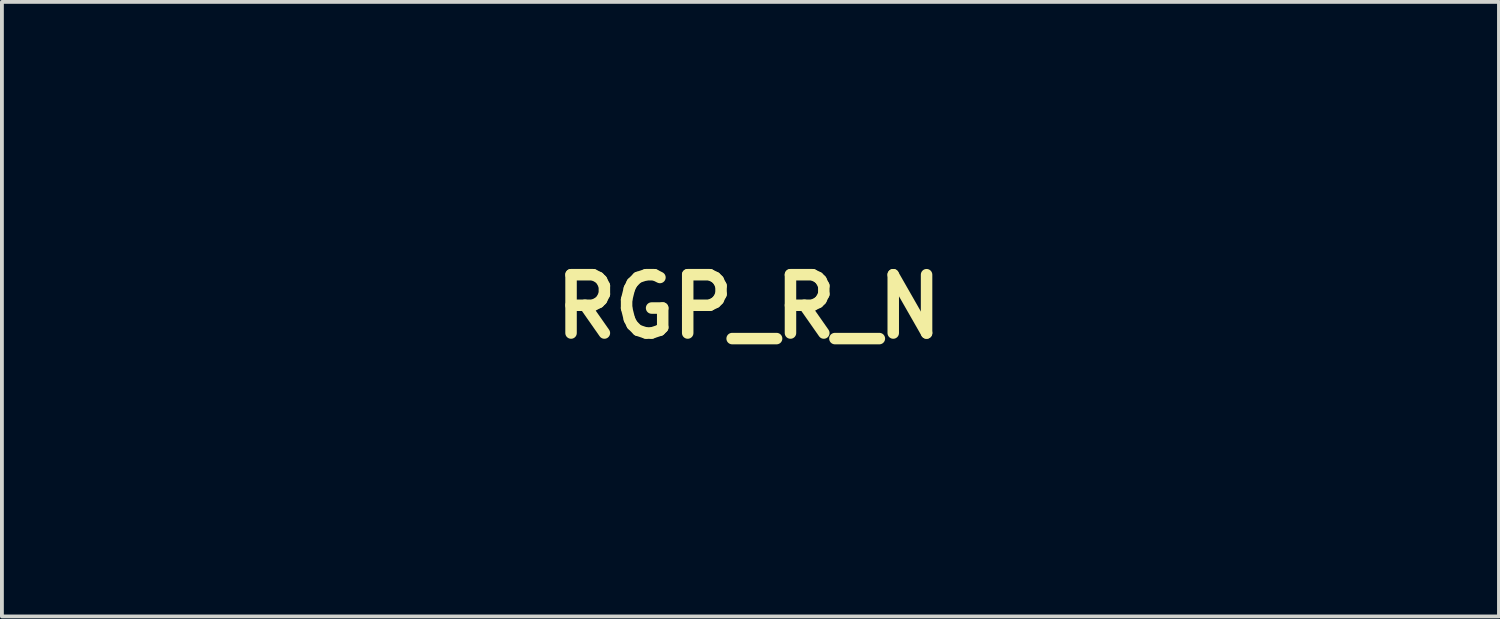
<source format=kicad_pcb>
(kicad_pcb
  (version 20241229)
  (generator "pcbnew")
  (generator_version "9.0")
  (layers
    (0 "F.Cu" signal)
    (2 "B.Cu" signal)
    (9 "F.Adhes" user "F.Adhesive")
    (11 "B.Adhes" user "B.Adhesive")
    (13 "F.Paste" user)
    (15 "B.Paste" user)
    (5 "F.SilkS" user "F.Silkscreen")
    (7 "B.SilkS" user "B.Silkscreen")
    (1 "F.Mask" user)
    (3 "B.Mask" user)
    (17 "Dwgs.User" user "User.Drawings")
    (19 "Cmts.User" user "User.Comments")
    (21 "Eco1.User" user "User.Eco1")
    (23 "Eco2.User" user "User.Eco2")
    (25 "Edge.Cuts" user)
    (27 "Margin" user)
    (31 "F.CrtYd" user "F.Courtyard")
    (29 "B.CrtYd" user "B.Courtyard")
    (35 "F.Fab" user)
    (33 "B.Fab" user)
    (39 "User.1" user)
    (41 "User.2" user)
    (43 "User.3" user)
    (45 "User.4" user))
  (footprint "RGP_R_N"
    (layer "F.Cu")
    (at 16.515 4.962)
    (property "Reference" "RGP_R_N" (at 0 0 0) (layer "F.SilkS") (effects (font (size 1.524 1.524) (thickness 0.3))))
    (attr through_hole)
    (fp_poly (pts (xy 1.147 3.882) (xy 1.318 3.938) (xy 1.449 4.025) (xy 1.505 4.086) (xy 1.539 4.148) (xy 1.558 4.232) (xy 1.565 4.359) (xy 1.566 4.526) (xy 1.561 4.752) (xy 1.537 4.906) (xy 1.482 5.003) (xy 1.381 5.055) (xy 1.224 5.076) (xy 1.034 5.08) (xy 0.856 5.078) (xy 0.739 5.069) (xy 0.661 5.047) (xy 0.598 5.005) (xy 0.541 4.951) (xy 0.412 4.821) (xy 0.442 4.453) (xy 0.462 4.274) (xy 0.49 4.119) (xy 0.52 4.013) (xy 0.53 3.994) (xy 0.628 3.914) (xy 0.779 3.87) (xy 0.96 3.859) (xy 1.147 3.882)) (stroke (width 0.01) (type solid)) (fill yes) (layer "F.Mask"))
    (fp_poly (pts (xy -9.251 3.871) (xy -9.041 3.935) (xy -8.894 4.056) (xy -8.805 4.236) (xy -8.802 4.246) (xy -8.77 4.472) (xy -8.793 4.685) (xy -8.866 4.866) (xy -8.981 4.996) (xy -9.041 5.031) (xy -9.193 5.071) (xy -9.382 5.08) (xy -9.574 5.061) (xy -9.731 5.016) (xy -9.763 4.999) (xy -9.891 4.874) (xy -9.967 4.687) (xy -9.989 4.466) (xy -9.398 4.466) (xy -9.377 4.487) (xy -9.356 4.466) (xy -9.377 4.445) (xy -9.398 4.466) (xy -9.989 4.466) (xy -9.991 4.445) (xy -9.954 4.226) (xy -9.852 4.051) (xy -9.692 3.929) (xy -9.486 3.867) (xy -9.251 3.871)) (stroke (width 0.01) (type solid)) (fill yes) (layer "F.Mask"))
    (fp_poly (pts (xy -6.034 3.871) (xy -5.824 3.935) (xy -5.676 4.056) (xy -5.587 4.236) (xy -5.585 4.246) (xy -5.553 4.472) (xy -5.576 4.685) (xy -5.648 4.866) (xy -5.764 4.996) (xy -5.823 5.031) (xy -5.975 5.071) (xy -6.165 5.08) (xy -6.357 5.061) (xy -6.514 5.016) (xy -6.546 4.999) (xy -6.674 4.874) (xy -6.75 4.687) (xy -6.771 4.466) (xy -6.181 4.466) (xy -6.16 4.487) (xy -6.138 4.466) (xy -6.16 4.445) (xy -6.181 4.466) (xy -6.771 4.466) (xy -6.773 4.445) (xy -6.737 4.226) (xy -6.634 4.051) (xy -6.475 3.929) (xy -6.268 3.867) (xy -6.034 3.871)) (stroke (width 0.01) (type solid)) (fill yes) (layer "F.Mask"))
    (fp_poly (pts (xy 8.756 3.883) (xy 8.845 3.906) (xy 8.936 3.993) (xy 8.987 4.124) (xy 8.999 4.274) (xy 8.97 4.415) (xy 8.901 4.521) (xy 8.856 4.55) (xy 8.794 4.597) (xy 8.767 4.68) (xy 8.763 4.77) (xy 8.749 4.904) (xy 8.701 4.988) (xy 8.669 5.014) (xy 8.533 5.067) (xy 8.365 5.077) (xy 8.206 5.045) (xy 8.122 4.999) (xy 8.072 4.95) (xy 8.041 4.886) (xy 8.022 4.787) (xy 8.011 4.632) (xy 8.007 4.553) (xy 8.008 4.284) (xy 8.038 4.092) (xy 8.097 3.971) (xy 8.186 3.918) (xy 8.397 3.886) (xy 8.595 3.874) (xy 8.756 3.883)) (stroke (width 0.01) (type solid)) (fill yes) (layer "F.Mask"))
    (fp_poly (pts (xy 2.831 3.891) (xy 2.895 3.911) (xy 3.019 3.977) (xy 3.101 4.064) (xy 3.149 4.188) (xy 3.171 4.367) (xy 3.175 4.536) (xy 3.173 4.716) (xy 3.165 4.831) (xy 3.145 4.904) (xy 3.107 4.955) (xy 3.063 4.992) (xy 2.949 5.044) (xy 2.78 5.076) (xy 2.585 5.088) (xy 2.39 5.079) (xy 2.223 5.05) (xy 2.111 4.999) (xy 2.111 4.999) (xy 2.061 4.95) (xy 2.03 4.886) (xy 2.011 4.787) (xy 1.999 4.632) (xy 1.996 4.553) (xy 1.997 4.284) (xy 2.027 4.092) (xy 2.086 3.971) (xy 2.175 3.918) (xy 2.425 3.881) (xy 2.651 3.872) (xy 2.831 3.891)) (stroke (width 0.01) (type solid)) (fill yes) (layer "F.Mask"))
    (fp_poly (pts (xy -0.184 3.887) (xy -0.09 3.907) (xy -0.026 3.943) (xy 0.01 3.981) (xy 0.074 4.12) (xy 0.082 4.284) (xy 0.036 4.437) (xy -0.015 4.506) (xy -0.089 4.616) (xy -0.138 4.753) (xy -0.141 4.769) (xy -0.182 4.898) (xy -0.248 4.998) (xy -0.257 5.006) (xy -0.379 5.061) (xy -0.538 5.078) (xy -0.696 5.058) (xy -0.795 5.014) (xy -0.837 4.979) (xy -0.864 4.932) (xy -0.879 4.856) (xy -0.887 4.734) (xy -0.889 4.548) (xy -0.889 4.488) (xy -0.886 4.254) (xy -0.87 4.091) (xy -0.835 3.986) (xy -0.773 3.926) (xy -0.675 3.897) (xy -0.537 3.886) (xy -0.327 3.881) (xy -0.184 3.887)) (stroke (width 0.01) (type solid)) (fill yes) (layer "F.Mask"))
    (fp_poly (pts (xy 9.995 3.705) (xy 10.051 3.75) (xy 10.08 3.794) (xy 10.099 3.87) (xy 10.111 3.992) (xy 10.117 4.173) (xy 10.118 4.363) (xy 10.116 4.592) (xy 10.111 4.751) (xy 10.1 4.858) (xy 10.081 4.927) (xy 10.052 4.975) (xy 10.033 4.995) (xy 9.91 5.065) (xy 9.752 5.085) (xy 9.592 5.055) (xy 9.462 4.979) (xy 9.46 4.976) (xy 9.415 4.927) (xy 9.386 4.873) (xy 9.368 4.798) (xy 9.359 4.683) (xy 9.356 4.512) (xy 9.356 4.372) (xy 9.36 4.117) (xy 9.376 3.933) (xy 9.409 3.808) (xy 9.463 3.728) (xy 9.545 3.681) (xy 9.632 3.659) (xy 9.833 3.651) (xy 9.995 3.705)) (stroke (width 0.01) (type solid)) (fill yes) (layer "F.Mask"))
    (fp_poly (pts (xy -7.858 3.614) (xy -7.73 3.653) (xy -7.644 3.717) (xy -7.62 3.782) (xy -7.585 3.829) (xy -7.496 3.889) (xy -7.44 3.917) (xy -7.298 4.004) (xy -7.209 4.118) (xy -7.165 4.277) (xy -7.155 4.458) (xy -7.179 4.7) (xy -7.253 4.878) (xy -7.38 4.995) (xy -7.431 5.02) (xy -7.621 5.067) (xy -7.842 5.074) (xy -8.048 5.041) (xy -8.119 5.016) (xy -8.23 4.947) (xy -8.307 4.842) (xy -8.354 4.69) (xy -8.376 4.479) (xy -8.375 4.201) (xy -8.367 4) (xy -8.356 3.866) (xy -8.337 3.78) (xy -8.308 3.725) (xy -8.263 3.681) (xy -8.261 3.679) (xy -8.147 3.623) (xy -8.005 3.602) (xy -7.858 3.614)) (stroke (width 0.01) (type solid)) (fill yes) (layer "F.Mask"))
    (fp_poly (pts (xy -1.748 3.666) (xy -1.588 3.685) (xy -1.475 3.713) (xy -1.402 3.763) (xy -1.358 3.85) (xy -1.335 3.987) (xy -1.324 4.188) (xy -1.32 4.326) (xy -1.315 4.544) (xy -1.315 4.695) (xy -1.323 4.794) (xy -1.341 4.859) (xy -1.371 4.906) (xy -1.416 4.951) (xy -1.484 5.004) (xy -1.565 5.037) (xy -1.684 5.056) (xy -1.863 5.069) (xy -1.873 5.069) (xy -2.071 5.073) (xy -2.211 5.062) (xy -2.318 5.033) (xy -2.371 5.008) (xy -2.526 4.882) (xy -2.625 4.694) (xy -2.666 4.446) (xy -2.667 4.391) (xy -2.639 4.124) (xy -2.556 3.919) (xy -2.414 3.773) (xy -2.212 3.686) (xy -1.949 3.656) (xy -1.748 3.666)) (stroke (width 0.01) (type solid)) (fill yes) (layer "F.Mask"))
    (fp_poly (pts (xy -4.63 3.702) (xy -4.448 3.778) (xy -4.323 3.882) (xy -4.241 3.977) (xy -4.194 4.071) (xy -4.176 4.188) (xy -4.181 4.352) (xy -4.189 4.445) (xy -4.187 4.526) (xy -4.173 4.647) (xy -4.168 4.678) (xy -4.16 4.81) (xy -4.195 4.911) (xy -4.232 4.964) (xy -4.3 5.034) (xy -4.38 5.069) (xy -4.503 5.078) (xy -4.543 5.078) (xy -4.696 5.065) (xy -4.831 5.033) (xy -4.878 5.014) (xy -5.011 4.904) (xy -5.073 4.751) (xy -5.08 4.665) (xy -5.1 4.556) (xy -5.144 4.487) (xy -5.194 4.397) (xy -5.207 4.259) (xy -5.186 4.102) (xy -5.131 3.954) (xy -5.112 3.921) (xy -4.976 3.774) (xy -4.81 3.701) (xy -4.63 3.702)) (stroke (width 0.01) (type solid)) (fill yes) (layer "F.Mask"))
    (fp_poly (pts (xy 6.954 3.687) (xy 7.004 3.689) (xy 7.185 3.699) (xy 7.304 3.715) (xy 7.384 3.743) (xy 7.449 3.79) (xy 7.481 3.822) (xy 7.545 3.894) (xy 7.58 3.969) (xy 7.595 4.074) (xy 7.599 4.231) (xy 7.594 4.397) (xy 7.576 4.505) (xy 7.538 4.582) (xy 7.498 4.63) (xy 7.391 4.714) (xy 7.276 4.764) (xy 7.189 4.795) (xy 7.154 4.831) (xy 7.127 4.886) (xy 7.06 4.966) (xy 7.05 4.976) (xy 6.917 5.056) (xy 6.75 5.083) (xy 6.582 5.058) (xy 6.471 4.999) (xy 6.425 4.955) (xy 6.395 4.9) (xy 6.376 4.815) (xy 6.365 4.681) (xy 6.356 4.483) (xy 6.355 4.187) (xy 6.375 3.967) (xy 6.417 3.816) (xy 6.484 3.727) (xy 6.541 3.7) (xy 6.631 3.69) (xy 6.778 3.685) (xy 6.954 3.687)) (stroke (width 0.01) (type solid)) (fill yes) (layer "F.Mask"))
    (fp_poly (pts (xy -11.074 3.689) (xy -11.055 3.69) (xy -10.856 3.698) (xy -10.722 3.712) (xy -10.633 3.733) (xy -10.569 3.768) (xy -10.525 3.805) (xy -10.437 3.937) (xy -10.387 4.112) (xy -10.383 4.295) (xy -10.404 4.394) (xy -10.423 4.523) (xy -10.389 4.617) (xy -10.336 4.76) (xy -10.358 4.879) (xy -10.429 4.972) (xy -10.479 5.016) (xy -10.536 5.045) (xy -10.617 5.062) (xy -10.74 5.07) (xy -10.925 5.073) (xy -11.004 5.073) (xy -11.216 5.072) (xy -11.361 5.065) (xy -11.456 5.051) (xy -11.518 5.026) (xy -11.56 4.992) (xy -11.594 4.949) (xy -11.617 4.891) (xy -11.631 4.801) (xy -11.639 4.663) (xy -11.642 4.463) (xy -11.642 4.367) (xy -11.64 4.11) (xy -11.629 3.925) (xy -11.598 3.802) (xy -11.537 3.729) (xy -11.437 3.693) (xy -11.286 3.684) (xy -11.074 3.689)) (stroke (width 0.01) (type solid)) (fill yes) (layer "F.Mask"))
    (fp_poly (pts (xy 4.631 3.634) (xy 4.69 3.664) (xy 4.726 3.694) (xy 4.752 3.734) (xy 4.769 3.797) (xy 4.778 3.898) (xy 4.783 4.052) (xy 4.784 4.273) (xy 4.784 4.339) (xy 4.783 4.578) (xy 4.78 4.747) (xy 4.772 4.86) (xy 4.757 4.932) (xy 4.734 4.976) (xy 4.7 5.007) (xy 4.69 5.014) (xy 4.592 5.05) (xy 4.437 5.072) (xy 4.255 5.08) (xy 4.07 5.073) (xy 3.913 5.053) (xy 3.815 5.021) (xy 3.709 4.936) (xy 3.642 4.813) (xy 3.608 4.635) (xy 3.6 4.452) (xy 3.602 4.288) (xy 3.615 4.181) (xy 3.646 4.107) (xy 3.703 4.038) (xy 3.722 4.018) (xy 3.822 3.939) (xy 3.915 3.897) (xy 3.935 3.895) (xy 4.023 3.856) (xy 4.063 3.791) (xy 4.125 3.694) (xy 4.186 3.643) (xy 4.32 3.605) (xy 4.482 3.603) (xy 4.631 3.634)) (stroke (width 0.01) (type solid)) (fill yes) (layer "F.Mask"))
    (fp_poly (pts (xy 11.357 3.897) (xy 11.496 3.904) (xy 11.587 3.92) (xy 11.646 3.948) (xy 11.684 3.979) (xy 11.758 4.105) (xy 11.752 4.248) (xy 11.689 4.366) (xy 11.636 4.442) (xy 11.637 4.495) (xy 11.689 4.567) (xy 11.756 4.705) (xy 11.759 4.854) (xy 11.697 4.981) (xy 11.687 4.993) (xy 11.639 5.03) (xy 11.574 5.054) (xy 11.474 5.068) (xy 11.322 5.074) (xy 11.141 5.075) (xy 10.935 5.074) (xy 10.795 5.067) (xy 10.704 5.053) (xy 10.644 5.028) (xy 10.598 4.989) (xy 10.588 4.979) (xy 10.511 4.843) (xy 10.513 4.693) (xy 10.578 4.568) (xy 10.629 4.497) (xy 10.63 4.443) (xy 10.581 4.366) (xy 10.574 4.356) (xy 10.519 4.229) (xy 10.521 4.093) (xy 10.574 3.98) (xy 10.626 3.937) (xy 10.7 3.919) (xy 10.837 3.905) (xy 11.014 3.897) (xy 11.152 3.895) (xy 11.357 3.897)) (stroke (width 0.01) (type solid)) (fill yes) (layer "F.Mask"))
    (fp_poly (pts (xy -8.501 -4.956) (xy -8.366 -4.897) (xy -8.259 -4.858) (xy -8.2 -4.875) (xy -8.09 -4.897) (xy -7.949 -4.877) (xy -7.815 -4.824) (xy -7.744 -4.77) (xy -7.662 -4.683) (xy -7.662 -4.777) (xy -7.628 -4.876) (xy -7.533 -4.926) (xy -7.388 -4.925) (xy -7.27 -4.895) (xy -7.111 -4.858) (xy -6.894 -4.838) (xy -6.606 -4.834) (xy -6.597 -4.834) (xy -6.395 -4.833) (xy -6.218 -4.828) (xy -6.087 -4.82) (xy -6.028 -4.81) (xy -5.926 -4.814) (xy -5.885 -4.846) (xy -5.815 -4.884) (xy -5.698 -4.906) (xy -5.569 -4.911) (xy -5.457 -4.899) (xy -5.397 -4.867) (xy -5.345 -4.824) (xy -5.244 -4.766) (xy -5.182 -4.735) (xy -5.047 -4.654) (xy -4.98 -4.567) (xy -4.971 -4.535) (xy -4.932 -4.408) (xy -4.892 -4.318) (xy -4.857 -4.218) (xy -4.855 -4.149) (xy -4.864 -4.107) (xy -4.84 -4.137) (xy -4.832 -4.149) (xy -4.807 -4.223) (xy -4.783 -4.351) (xy -4.767 -4.482) (xy -4.747 -4.632) (xy -4.72 -4.753) (xy -4.695 -4.81) (xy -4.617 -4.85) (xy -4.492 -4.866) (xy -4.355 -4.859) (xy -4.241 -4.827) (xy -4.213 -4.811) (xy -4.163 -4.749) (xy -4.142 -4.646) (xy -4.142 -4.546) (xy -4.12 -4.335) (xy -4.032 -4.158) (xy -3.871 -4) (xy -3.803 -3.952) (xy -3.664 -3.833) (xy -3.607 -3.715) (xy -3.631 -3.588) (xy -3.706 -3.477) (xy -3.826 -3.372) (xy -3.951 -3.344) (xy -4.091 -3.392) (xy -4.252 -3.516) (xy -4.373 -3.615) (xy -4.447 -3.649) (xy -4.468 -3.638) (xy -4.548 -3.553) (xy -4.671 -3.473) (xy -4.812 -3.407) (xy -4.952 -3.364) (xy -5.067 -3.351) (xy -5.137 -3.377) (xy -5.141 -3.382) (xy -5.22 -3.437) (xy -5.348 -3.449) (xy -5.499 -3.417) (xy -5.56 -3.393) (xy -5.769 -3.315) (xy -5.965 -3.28) (xy -6.127 -3.289) (xy -6.212 -3.324) (xy -6.307 -3.367) (xy -6.389 -3.346) (xy -6.514 -3.307) (xy -6.64 -3.311) (xy -6.719 -3.35) (xy -6.789 -3.376) (xy -6.92 -3.393) (xy -7.09 -3.398) (xy -7.274 -3.393) (xy -7.451 -3.375) (xy -7.493 -3.368) (xy -7.623 -3.349) (xy -7.724 -3.338) (xy -7.747 -3.338) (xy -7.81 -3.34) (xy -7.941 -3.343) (xy -8.124 -3.348) (xy -8.341 -3.353) (xy -8.445 -3.355) (xy -8.675 -3.364) (xy -8.878 -3.376) (xy -9.039 -3.391) (xy -9.14 -3.408) (xy -9.161 -3.415) (xy -9.238 -3.436) (xy -9.332 -3.405) (xy -9.382 -3.378) (xy -9.489 -3.327) (xy -9.591 -3.316) (xy -9.715 -3.336) (xy -9.838 -3.354) (xy -9.917 -3.348) (xy -9.93 -3.339) (xy -9.994 -3.305) (xy -10.095 -3.309) (xy -10.193 -3.348) (xy -10.225 -3.373) (xy -10.271 -3.448) (xy -10.279 -3.56) (xy -10.271 -3.627) (xy -10.261 -3.7) (xy -10.259 -3.754) (xy -10.279 -3.792) (xy -10.33 -3.821) (xy -10.425 -3.844) (xy -10.573 -3.866) (xy -10.788 -3.891) (xy -10.96 -3.911) (xy -10.996 -3.916) (xy -7.789 -3.916) (xy -7.768 -3.895) (xy -7.747 -3.916) (xy -7.768 -3.937) (xy -7.789 -3.916) (xy -10.996 -3.916) (xy -11.195 -3.941) (xy -11.295 -3.958) (xy -4.953 -3.958) (xy -4.932 -3.937) (xy -4.911 -3.958) (xy -4.932 -3.979) (xy -4.953 -3.958) (xy -11.295 -3.958) (xy -11.358 -3.969) (xy -11.463 -4.003) (xy -11.514 -4.043) (xy -4.911 -4.043) (xy -4.889 -4.022) (xy -4.868 -4.043) (xy -4.889 -4.064) (xy -4.911 -4.043) (xy -11.514 -4.043) (xy -11.523 -4.05) (xy -11.549 -4.115) (xy -11.556 -4.206) (xy -11.556 -4.218) (xy -11.547 -4.322) (xy -11.511 -4.389) (xy -11.434 -4.425) (xy -11.304 -4.433) (xy -11.108 -4.419) (xy -11.012 -4.407) (xy -10.811 -4.388) (xy -10.621 -4.379) (xy -10.47 -4.38) (xy -10.421 -4.385) (xy -10.309 -4.41) (xy -10.258 -4.447) (xy -10.245 -4.517) (xy -10.245 -4.53) (xy -10.211 -4.645) (xy -10.105 -4.765) (xy -10.094 -4.774) (xy -10.024 -4.832) (xy -9.961 -4.869) (xy -9.885 -4.889) (xy -9.776 -4.896) (xy -9.613 -4.896) (xy -9.503 -4.894) (xy -9.295 -4.887) (xy -9.153 -4.875) (xy -9.059 -4.854) (xy -8.994 -4.822) (xy -8.97 -4.802) (xy -8.896 -4.754) (xy -8.861 -4.767) (xy -8.778 -4.893) (xy -8.652 -4.957) (xy -8.501 -4.956)) (stroke (width 0.01) (type solid)) (fill yes) (layer "F.Mask"))
    (fp_poly (pts (xy 4.5 -4.918) (xy 4.528 -4.911) (xy 4.655 -4.861) (xy 4.731 -4.779) (xy 4.759 -4.723) (xy 4.831 -4.612) (xy 4.923 -4.549) (xy 5.013 -4.544) (xy 5.05 -4.568) (xy 5.125 -4.602) (xy 5.215 -4.614) (xy 5.301 -4.627) (xy 5.334 -4.657) (xy 5.37 -4.735) (xy 5.457 -4.81) (xy 5.565 -4.86) (xy 5.621 -4.868) (xy 5.745 -4.845) (xy 5.83 -4.804) (xy 5.912 -4.767) (xy 5.948 -4.783) (xy 6.017 -4.823) (xy 6.13 -4.825) (xy 6.259 -4.792) (xy 6.375 -4.728) (xy 6.385 -4.72) (xy 6.5 -4.637) (xy 6.57 -4.622) (xy 6.601 -4.676) (xy 6.604 -4.719) (xy 6.64 -4.825) (xy 6.692 -4.87) (xy 6.814 -4.897) (xy 6.97 -4.882) (xy 7.125 -4.832) (xy 7.213 -4.78) (xy 7.323 -4.721) (xy 7.423 -4.699) (xy 7.516 -4.682) (xy 7.56 -4.651) (xy 7.594 -4.65) (xy 7.639 -4.721) (xy 7.645 -4.737) (xy 7.716 -4.853) (xy 7.814 -4.903) (xy 7.957 -4.893) (xy 8.008 -4.881) (xy 8.137 -4.859) (xy 8.198 -4.879) (xy 8.255 -4.901) (xy 8.369 -4.905) (xy 8.517 -4.893) (xy 8.674 -4.87) (xy 8.815 -4.837) (xy 8.917 -4.798) (xy 8.932 -4.789) (xy 9.087 -4.701) (xy 9.209 -4.685) (xy 9.31 -4.74) (xy 9.339 -4.772) (xy 9.462 -4.867) (xy 9.609 -4.89) (xy 9.759 -4.843) (xy 9.862 -4.76) (xy 9.977 -4.659) (xy 10.117 -4.564) (xy 10.148 -4.547) (xy 10.251 -4.497) (xy 10.297 -4.487) (xy 10.302 -4.516) (xy 10.3 -4.528) (xy 10.311 -4.609) (xy 10.362 -4.697) (xy 10.416 -4.75) (xy 10.488 -4.782) (xy 10.602 -4.8) (xy 10.761 -4.811) (xy 10.927 -4.816) (xy 11.034 -4.81) (xy 11.105 -4.786) (xy 11.166 -4.739) (xy 11.192 -4.714) (xy 11.283 -4.58) (xy 11.297 -4.444) (xy 11.264 -4.365) (xy 11.261 -4.285) (xy 11.307 -4.22) (xy 11.394 -4.068) (xy 11.418 -3.887) (xy 11.376 -3.707) (xy 11.373 -3.699) (xy 11.25 -3.534) (xy 11.07 -3.429) (xy 10.837 -3.388) (xy 10.8 -3.387) (xy 10.677 -3.39) (xy 10.59 -3.41) (xy 10.512 -3.46) (xy 10.415 -3.553) (xy 10.366 -3.605) (xy 10.254 -3.737) (xy 10.181 -3.851) (xy 10.16 -3.918) (xy 10.143 -3.986) (xy 10.076 -4.02) (xy 10.015 -4.029) (xy 9.915 -4.033) (xy 9.869 -4) (xy 9.844 -3.911) (xy 9.769 -3.722) (xy 9.629 -3.566) (xy 9.492 -3.485) (xy 9.384 -3.456) (xy 9.215 -3.431) (xy 9.008 -3.411) (xy 8.874 -3.403) (xy 8.671 -3.391) (xy 8.489 -3.374) (xy 8.351 -3.354) (xy 8.289 -3.339) (xy 8.172 -3.316) (xy 8.009 -3.315) (xy 7.929 -3.322) (xy 7.8 -3.333) (xy 7.607 -3.345) (xy 7.374 -3.357) (xy 7.122 -3.367) (xy 7.008 -3.371) (xy 6.729 -3.381) (xy 6.523 -3.395) (xy 6.381 -3.414) (xy 6.291 -3.441) (xy 6.242 -3.479) (xy 6.224 -3.531) (xy 6.223 -3.553) (xy 6.187 -3.618) (xy 6.107 -3.666) (xy 6.027 -3.684) (xy 5.961 -3.662) (xy 5.879 -3.589) (xy 5.854 -3.564) (xy 5.718 -3.42) (xy 5.386 -3.449) (xy 5.211 -3.462) (xy 5.101 -3.46) (xy 5.035 -3.442) (xy 4.998 -3.412) (xy 4.924 -3.368) (xy 4.815 -3.347) (xy 4.707 -3.35) (xy 4.639 -3.381) (xy 4.636 -3.385) (xy 4.575 -3.408) (xy 4.447 -3.399) (xy 4.262 -3.358) (xy 4.18 -3.335) (xy 4.007 -3.311) (xy 3.88 -3.358) (xy 3.794 -3.477) (xy 3.768 -3.555) (xy 3.745 -3.672) (xy 3.742 -3.755) (xy 3.747 -3.769) (xy 3.745 -3.805) (xy 3.681 -3.803) (xy 3.623 -3.784) (xy 3.572 -3.726) (xy 3.556 -3.646) (xy 3.522 -3.487) (xy 3.429 -3.378) (xy 3.291 -3.324) (xy 3.122 -3.331) (xy 2.971 -3.388) (xy 2.839 -3.477) (xy 2.79 -3.565) (xy 2.789 -3.571) (xy 2.784 -3.633) (xy 2.773 -3.613) (xy 2.763 -3.577) (xy 2.693 -3.431) (xy 2.576 -3.352) (xy 2.421 -3.345) (xy 2.321 -3.374) (xy 2.186 -3.411) (xy 2.09 -3.395) (xy 2.085 -3.392) (xy 2.004 -3.37) (xy 1.867 -3.352) (xy 1.702 -3.343) (xy 1.69 -3.343) (xy 1.489 -3.339) (xy 1.352 -3.341) (xy 1.256 -3.35) (xy 1.181 -3.367) (xy 1.115 -3.389) (xy 0.984 -3.406) (xy 0.832 -3.371) (xy 0.68 -3.33) (xy 0.502 -3.295) (xy 0.435 -3.285) (xy 0.296 -3.273) (xy 0.209 -3.286) (xy 0.143 -3.329) (xy 0.128 -3.343) (xy 0.064 -3.435) (xy 0.042 -3.514) (xy 0.014 -3.583) (xy -0.064 -3.605) (xy -0.166 -3.611) (xy -0.22 -3.615) (xy -0.267 -3.583) (xy -0.296 -3.514) (xy -0.359 -3.403) (xy -0.469 -3.337) (xy -0.598 -3.32) (xy -0.722 -3.352) (xy -0.813 -3.438) (xy -0.825 -3.461) (xy -0.885 -3.54) (xy -0.974 -3.548) (xy -1.066 -3.509) (xy -1.177 -3.485) (xy -1.253 -3.508) (xy -1.334 -3.531) (xy -1.384 -3.493) (xy -1.399 -3.468) (xy -1.489 -3.378) (xy -1.617 -3.335) (xy -1.755 -3.34) (xy -1.871 -3.394) (xy -1.912 -3.441) (xy -1.958 -3.468) (xy -2.054 -3.459) (xy -2.114 -3.444) (xy -2.252 -3.42) (xy -2.375 -3.416) (xy -2.395 -3.419) (xy -2.477 -3.447) (xy -2.532 -3.501) (xy -2.562 -3.592) (xy -2.569 -3.732) (xy -2.554 -3.933) (xy -2.547 -3.989) (xy -1.312 -3.989) (xy -1.306 -3.943) (xy -1.274 -3.958) (xy -1.241 -3.99) (xy -1.234 -4) (xy 9.017 -4) (xy 9.029 -3.921) (xy 9.053 -3.895) (xy 9.074 -3.93) (xy 9.07 -4) (xy 9.049 -4.08) (xy 9.033 -4.106) (xy 9.021 -4.07) (xy 9.017 -4) (xy -1.234 -4) (xy -1.196 -4.055) (xy -1.196 -4.088) (xy -1.248 -4.097) (xy -1.296 -4.05) (xy -1.312 -3.989) (xy -2.547 -3.989) (xy -2.52 -4.204) (xy -2.506 -4.3) (xy 10.333 -4.3) (xy 10.34 -4.245) (xy 10.355 -4.245) (xy 10.365 -4.301) (xy 10.358 -4.326) (xy 10.339 -4.342) (xy 10.333 -4.3) (xy -2.506 -4.3) (xy -2.489 -4.417) (xy -2.457 -4.605) (xy -2.429 -4.749) (xy -2.408 -4.83) (xy -2.406 -4.836) (xy -2.323 -4.915) (xy -2.203 -4.937) (xy -2.071 -4.897) (xy -2.053 -4.885) (xy -1.93 -4.834) (xy -1.752 -4.814) (xy -1.67 -4.813) (xy -1.514 -4.81) (xy -1.414 -4.791) (xy -1.344 -4.75) (xy -1.307 -4.715) (xy -1.204 -4.642) (xy -1.102 -4.614) (xy -1.018 -4.632) (xy -0.967 -4.702) (xy -0.951 -4.752) (xy -0.919 -4.835) (xy -0.87 -4.878) (xy -0.778 -4.897) (xy -0.705 -4.903) (xy -0.546 -4.899) (xy -0.443 -4.862) (xy -0.419 -4.843) (xy -0.291 -4.779) (xy -0.134 -4.771) (xy 0.017 -4.82) (xy 0.05 -4.841) (xy 0.146 -4.89) (xy 0.222 -4.899) (xy 0.225 -4.898) (xy 0.293 -4.892) (xy 0.422 -4.894) (xy 0.589 -4.904) (xy 0.662 -4.91) (xy 0.864 -4.925) (xy 1.005 -4.925) (xy 1.105 -4.907) (xy 1.161 -4.885) (xy 1.274 -4.85) (xy 1.329 -4.868) (xy 1.399 -4.895) (xy 1.516 -4.908) (xy 1.643 -4.906) (xy 1.744 -4.887) (xy 1.765 -4.877) (xy 1.819 -4.815) (xy 1.858 -4.74) (xy 1.888 -4.673) (xy 1.9 -4.682) (xy 1.902 -4.722) (xy 1.928 -4.819) (xy 1.956 -4.86) (xy 2.039 -4.896) (xy 2.173 -4.907) (xy 2.325 -4.894) (xy 2.464 -4.857) (xy 2.477 -4.852) (xy 2.628 -4.819) (xy 2.752 -4.838) (xy 2.958 -4.88) (xy 3.217 -4.91) (xy 3.445 -4.922) (xy 3.545 -4.917) (xy 3.628 -4.883) (xy 3.719 -4.807) (xy 3.792 -4.733) (xy 3.905 -4.623) (xy 3.984 -4.583) (xy 4.047 -4.616) (xy 4.109 -4.725) (xy 4.138 -4.791) (xy 4.214 -4.895) (xy 4.331 -4.937) (xy 4.5 -4.918)) (stroke (width 0.01) (type solid)) (fill yes) (layer "F.Mask"))
    (fp_poly (pts (xy 12.39 -3.374) (xy 12.525 -3.318) (xy 12.602 -3.253) (xy 12.71 -3.149) (xy 12.827 -3.029) (xy 12.93 -2.917) (xy 12.996 -2.836) (xy 13 -2.829) (xy 13.047 -2.829) (xy 13.147 -2.863) (xy 13.283 -2.924) (xy 13.324 -2.945) (xy 13.519 -3.036) (xy 13.668 -3.074) (xy 13.79 -3.058) (xy 13.906 -2.986) (xy 13.975 -2.922) (xy 14.064 -2.806) (xy 14.096 -2.673) (xy 14.097 -2.628) (xy 14.097 -2.455) (xy 15.222 -2.455) (xy 16.347 -2.455) (xy 16.471 -2.332) (xy 16.564 -2.207) (xy 16.594 -2.07) (xy 16.595 -2.054) (xy 16.59 -1.962) (xy 16.571 -1.879) (xy 16.53 -1.787) (xy 16.457 -1.67) (xy 16.344 -1.511) (xy 16.271 -1.412) (xy 16.044 -1.105) (xy 16.04 0.178) (xy 16.038 0.522) (xy 16.035 0.859) (xy 16.03 1.174) (xy 16.024 1.452) (xy 16.017 1.678) (xy 16.01 1.836) (xy 16.009 1.856) (xy 15.993 2.044) (xy 15.976 2.169) (xy 15.95 2.25) (xy 15.909 2.309) (xy 15.862 2.353) (xy 15.743 2.455) (xy 13.839 2.455) (xy 13.379 2.456) (xy 12.997 2.457) (xy 12.686 2.459) (xy 12.439 2.462) (xy 12.249 2.467) (xy 12.109 2.474) (xy 12.012 2.483) (xy 11.951 2.493) (xy 11.92 2.506) (xy 11.912 2.516) (xy 11.861 2.574) (xy 11.766 2.634) (xy 11.755 2.639) (xy 11.71 2.655) (xy 11.642 2.668) (xy 11.543 2.679) (xy 11.407 2.688) (xy 11.226 2.696) (xy 10.992 2.701) (xy 10.698 2.706) (xy 10.336 2.71) (xy 9.898 2.713) (xy 9.773 2.714) (xy 9.326 2.716) (xy 8.956 2.718) (xy 8.655 2.718) (xy 8.415 2.716) (xy 8.229 2.712) (xy 8.088 2.707) (xy 7.985 2.699) (xy 7.912 2.689) (xy 7.862 2.675) (xy 7.825 2.659) (xy 7.813 2.651) (xy 7.72 2.567) (xy 7.664 2.48) (xy 7.627 2.383) (xy 7.063 2.505) (xy 6.812 2.563) (xy 6.631 2.613) (xy 6.506 2.659) (xy 6.422 2.706) (xy 6.39 2.732) (xy 6.282 2.836) (xy 5.348 2.836) (xy 5.044 2.836) (xy 4.813 2.835) (xy 4.643 2.831) (xy 4.524 2.824) (xy 4.443 2.812) (xy 4.389 2.795) (xy 4.35 2.77) (xy 4.315 2.738) (xy 4.313 2.737) (xy 4.25 2.691) (xy 4.15 2.645) (xy 3.999 2.596) (xy 3.787 2.54) (xy 3.55 2.483) (xy 2.887 2.328) (xy 1.856 2.328) (xy 1.519 2.33) (xy 1.164 2.333) (xy 0.815 2.339) (xy 0.495 2.346) (xy 0.23 2.354) (xy 0.162 2.356) (xy -0.501 2.384) (xy -0.527 2.523) (xy -0.557 2.626) (xy -0.61 2.71) (xy -0.698 2.78) (xy -0.83 2.841) (xy -1.018 2.899) (xy -1.271 2.958) (xy -1.504 3.005) (xy -1.809 3.061) (xy -2.044 3.097) (xy -2.221 3.112) (xy -2.352 3.108) (xy -2.45 3.083) (xy -2.526 3.039) (xy -2.546 3.021) (xy -2.571 3.004) (xy -2.609 2.991) (xy -2.667 2.982) (xy -2.754 2.978) (xy -2.879 2.978) (xy -3.049 2.983) (xy -3.274 2.994) (xy -3.561 3.009) (xy -3.919 3.029) (xy -4.179 3.044) (xy -4.537 3.066) (xy -4.872 3.086) (xy -5.172 3.106) (xy -5.428 3.123) (xy -5.63 3.138) (xy -5.768 3.149) (xy -5.832 3.156) (xy -5.832 3.156) (xy -5.892 3.159) (xy -6.028 3.161) (xy -6.232 3.16) (xy -6.496 3.158) (xy -6.81 3.155) (xy -7.167 3.149) (xy -7.559 3.143) (xy -7.976 3.135) (xy -8.085 3.133) (xy -8.575 3.123) (xy -8.988 3.115) (xy -9.33 3.11) (xy -9.609 3.107) (xy -9.833 3.106) (xy -10.008 3.108) (xy -10.142 3.113) (xy -10.241 3.12) (xy -10.313 3.129) (xy -10.366 3.142) (xy -10.397 3.153) (xy -10.624 3.216) (xy -10.82 3.203) (xy -10.98 3.116) (xy -11.011 3.086) (xy -11.089 2.982) (xy -11.133 2.885) (xy -11.137 2.864) (xy -11.147 2.746) (xy -11.174 2.686) (xy -11.231 2.682) (xy -11.327 2.736) (xy -11.474 2.847) (xy -11.494 2.863) (xy -11.69 3.015) (xy -11.852 3.128) (xy -11.991 3.197) (xy -12.115 3.219) (xy -12.233 3.19) (xy -12.355 3.107) (xy -12.488 2.965) (xy -12.643 2.761) (xy -12.828 2.493) (xy -12.977 2.269) (xy -13.133 2.036) (xy -13.273 1.828) (xy -13.391 1.655) (xy -13.48 1.527) (xy -13.534 1.454) (xy -13.547 1.441) (xy -13.575 1.475) (xy -13.643 1.57) (xy -13.744 1.716) (xy -13.871 1.903) (xy -14.018 2.122) (xy -14.116 2.269) (xy -14.321 2.573) (xy -14.494 2.818) (xy -14.631 3) (xy -14.731 3.115) (xy -14.781 3.157) (xy -14.962 3.21) (xy -15.14 3.192) (xy -15.155 3.186) (xy -15.219 3.148) (xy -15.333 3.066) (xy -15.484 2.952) (xy -15.659 2.815) (xy -15.844 2.669) (xy -16.024 2.522) (xy -16.187 2.387) (xy -16.318 2.274) (xy -16.404 2.195) (xy -16.424 2.172) (xy -16.492 2.031) (xy -16.51 1.903) (xy -16.504 1.842) (xy -16.483 1.773) (xy -16.441 1.686) (xy -16.371 1.571) (xy -16.268 1.418) (xy -16.126 1.217) (xy -15.943 0.967) (xy -15.377 0.191) (xy -11.721 0.191) (xy -11.565 0.401) (xy -11.409 0.611) (xy -11.398 0.436) (xy 7.855 0.436) (xy 7.856 0.437) (xy 7.894 0.461) (xy 7.992 0.47) (xy 8.158 0.466) (xy 8.266 0.459) (xy 8.506 0.445) (xy 8.777 0.434) (xy 9.023 0.428) (xy 9.049 0.427) (xy 9.258 0.42) (xy 9.389 0.404) (xy 9.44 0.38) (xy 9.44 0.376) (xy 9.409 0.348) (xy 9.376 0.354) (xy 9.315 0.362) (xy 9.183 0.37) (xy 8.998 0.376) (xy 8.773 0.381) (xy 8.575 0.383) (xy 8.291 0.386) (xy 8.085 0.393) (xy 7.948 0.403) (xy 7.874 0.417) (xy 7.855 0.436) (xy -11.398 0.436) (xy -11.396 0.407) (xy -11.392 0.284) (xy -11.396 0.201) (xy -11.399 0.192) (xy 11.98 0.192) (xy 11.98 0.339) (xy 13.377 0.339) (xy 13.377 0.165) (xy 13.372 0.056) (xy 13.352 0.015) (xy 13.305 0.022) (xy 13.303 0.023) (xy 13.077 0.094) (xy 12.812 0.137) (xy 12.538 0.15) (xy 12.283 0.132) (xy 12.082 0.083) (xy 12.014 0.064) (xy 11.986 0.092) (xy 11.98 0.185) (xy 11.98 0.192) (xy -11.399 0.192) (xy -11.402 0.183) (xy -11.453 0.174) (xy -11.553 0.176) (xy -11.571 0.177) (xy -11.721 0.191) (xy -15.377 0.191) (xy -15.764 0.18) (xy -15.982 0.169) (xy -16.15 0.145) (xy -16.274 0.097) (xy -16.361 0.015) (xy -16.417 -0.11) (xy -16.449 -0.289) (xy -16.464 -0.532) (xy -16.468 -0.848) (xy -16.468 -0.886) (xy -16.464 -1.2) (xy -16.452 -1.441) (xy -16.429 -1.62) (xy -16.393 -1.748) (xy -16.342 -1.836) (xy -16.273 -1.895) (xy -16.253 -1.906) (xy -16.171 -1.928) (xy -16.015 -1.942) (xy -15.781 -1.95) (xy -15.467 -1.951) (xy -15.406 -1.95) (xy -14.654 -1.944) (xy -14.658 -2.227) (xy -14.657 -2.382) (xy -14.644 -2.48) (xy -14.608 -2.549) (xy -14.542 -2.618) (xy -14.527 -2.631) (xy -14.392 -2.752) (xy -12.701 -2.752) (xy -12.564 -2.629) (xy -12.491 -2.558) (xy -12.45 -2.491) (xy -12.435 -2.402) (xy -12.435 -2.262) (xy -12.436 -2.227) (xy -12.444 -1.947) (xy -11.813 -1.947) (xy -11.582 -1.95) (xy -11.376 -1.957) (xy -11.211 -1.967) (xy -11.105 -1.98) (xy -11.084 -1.986) (xy -11.013 -2.03) (xy -10.898 -2.118) (xy -10.757 -2.237) (xy -10.639 -2.342) (xy -10.49 -2.474) (xy -10.355 -2.585) (xy -10.251 -2.661) (xy -10.202 -2.688) (xy -10.056 -2.702) (xy -9.899 -2.668) (xy -9.774 -2.598) (xy -9.757 -2.582) (xy -9.703 -2.529) (xy -9.655 -2.523) (xy -9.579 -2.562) (xy -9.551 -2.579) (xy -9.475 -2.614) (xy -9.363 -2.644) (xy -9.202 -2.671) (xy -8.98 -2.697) (xy -8.723 -2.722) (xy -8.474 -2.741) (xy -8.25 -2.754) (xy -8.069 -2.759) (xy -7.946 -2.755) (xy -7.91 -2.75) (xy -7.78 -2.734) (xy -7.681 -2.746) (xy -7.588 -2.754) (xy -7.431 -2.753) (xy -7.227 -2.744) (xy -6.996 -2.727) (xy -6.756 -2.705) (xy -6.526 -2.68) (xy -6.324 -2.653) (xy -6.17 -2.627) (xy -6.08 -2.601) (xy -6.079 -2.601) (xy -5.968 -2.567) (xy -5.813 -2.545) (xy -5.701 -2.54) (xy -5.541 -2.547) (xy -5.435 -2.573) (xy -5.355 -2.625) (xy -5.344 -2.635) (xy -5.301 -2.671) (xy -5.25 -2.697) (xy -5.178 -2.715) (xy -5.07 -2.727) (xy -4.913 -2.735) (xy -4.691 -2.741) (xy -4.56 -2.744) (xy -4.251 -2.749) (xy -4.013 -2.747) (xy -3.836 -2.737) (xy -3.707 -2.718) (xy -3.612 -2.688) (xy -3.541 -2.644) (xy -3.487 -2.594) (xy -3.385 -2.483) (xy -3.297 -2.578) (xy -3.232 -2.638) (xy -3.158 -2.683) (xy -3.061 -2.714) (xy -2.927 -2.734) (xy -2.745 -2.746) (xy -2.499 -2.751) (xy -2.286 -2.752) (xy -2.025 -2.751) (xy -1.834 -2.749) (xy -1.699 -2.743) (xy -1.607 -2.731) (xy -1.543 -2.711) (xy -1.494 -2.683) (xy -1.447 -2.646) (xy -1.346 -2.578) (xy -1.23 -2.547) (xy -1.09 -2.54) (xy -0.833 -2.518) (xy -0.645 -2.451) (xy -0.525 -2.336) (xy -0.47 -2.173) (xy -0.466 -2.097) (xy -0.469 -2.058) (xy -0.472 -2.025) (xy -0.469 -1.999) (xy -0.452 -1.979) (xy -0.414 -1.965) (xy -0.346 -1.956) (xy -0.242 -1.952) (xy -0.095 -1.952) (xy 0.104 -1.956) (xy 0.362 -1.964) (xy 0.686 -1.975) (xy 1.084 -1.988) (xy 1.304 -1.995) (xy 1.699 -2.008) (xy 2.018 -2.018) (xy 2.27 -2.025) (xy 2.464 -2.028) (xy 2.609 -2.028) (xy 2.714 -2.023) (xy 2.788 -2.015) (xy 2.839 -2.002) (xy 2.877 -1.985) (xy 2.91 -1.962) (xy 2.918 -1.957) (xy 3.01 -1.901) (xy 3.069 -1.904) (xy 3.087 -1.918) (xy 3.152 -1.942) (xy 3.291 -1.956) (xy 3.509 -1.961) (xy 3.664 -1.959) (xy 3.883 -1.956) (xy 4.032 -1.957) (xy 4.123 -1.965) (xy 4.17 -1.98) (xy 4.189 -2.006) (xy 4.191 -2.031) (xy 4.231 -2.196) (xy 4.338 -2.334) (xy 4.418 -2.388) (xy 4.497 -2.416) (xy 4.621 -2.439) (xy 4.8 -2.459) (xy 5.045 -2.477) (xy 5.355 -2.493) (xy 5.645 -2.506) (xy 5.863 -2.513) (xy 6.023 -2.513) (xy 6.139 -2.507) (xy 6.224 -2.494) (xy 6.29 -2.473) (xy 6.308 -2.465) (xy 6.523 -2.406) (xy 6.722 -2.427) (xy 6.857 -2.49) (xy 7.095 -2.589) (xy 7.346 -2.612) (xy 7.593 -2.558) (xy 7.819 -2.431) (xy 7.881 -2.378) (xy 7.99 -2.253) (xy 8.079 -2.113) (xy 8.105 -2.053) (xy 8.162 -1.884) (xy 9.479 -1.873) (xy 9.803 -1.871) (xy 10.098 -1.871) (xy 10.354 -1.872) (xy 10.561 -1.875) (xy 10.708 -1.88) (xy 10.785 -1.886) (xy 10.795 -1.889) (xy 10.784 -1.944) (xy 10.756 -2.045) (xy 10.747 -2.076) (xy 10.721 -2.278) (xy 10.773 -2.45) (xy 10.866 -2.565) (xy 10.973 -2.634) (xy 11.108 -2.663) (xy 11.289 -2.653) (xy 11.52 -2.607) (xy 11.757 -2.55) (xy 11.81 -2.789) (xy 11.876 -3.027) (xy 11.956 -3.195) (xy 12.056 -3.307) (xy 12.074 -3.321) (xy 12.222 -3.378) (xy 12.39 -3.374)) (stroke (width 0.01) (type solid)) (fill yes) (layer "F.Mask")))
  (gr_rect
    (start -3 -3)
    (end 36.115 13.056)
    (stroke (width 0.1) (type default))
    (fill no)
    (layer "Edge.Cuts")))
</source>
